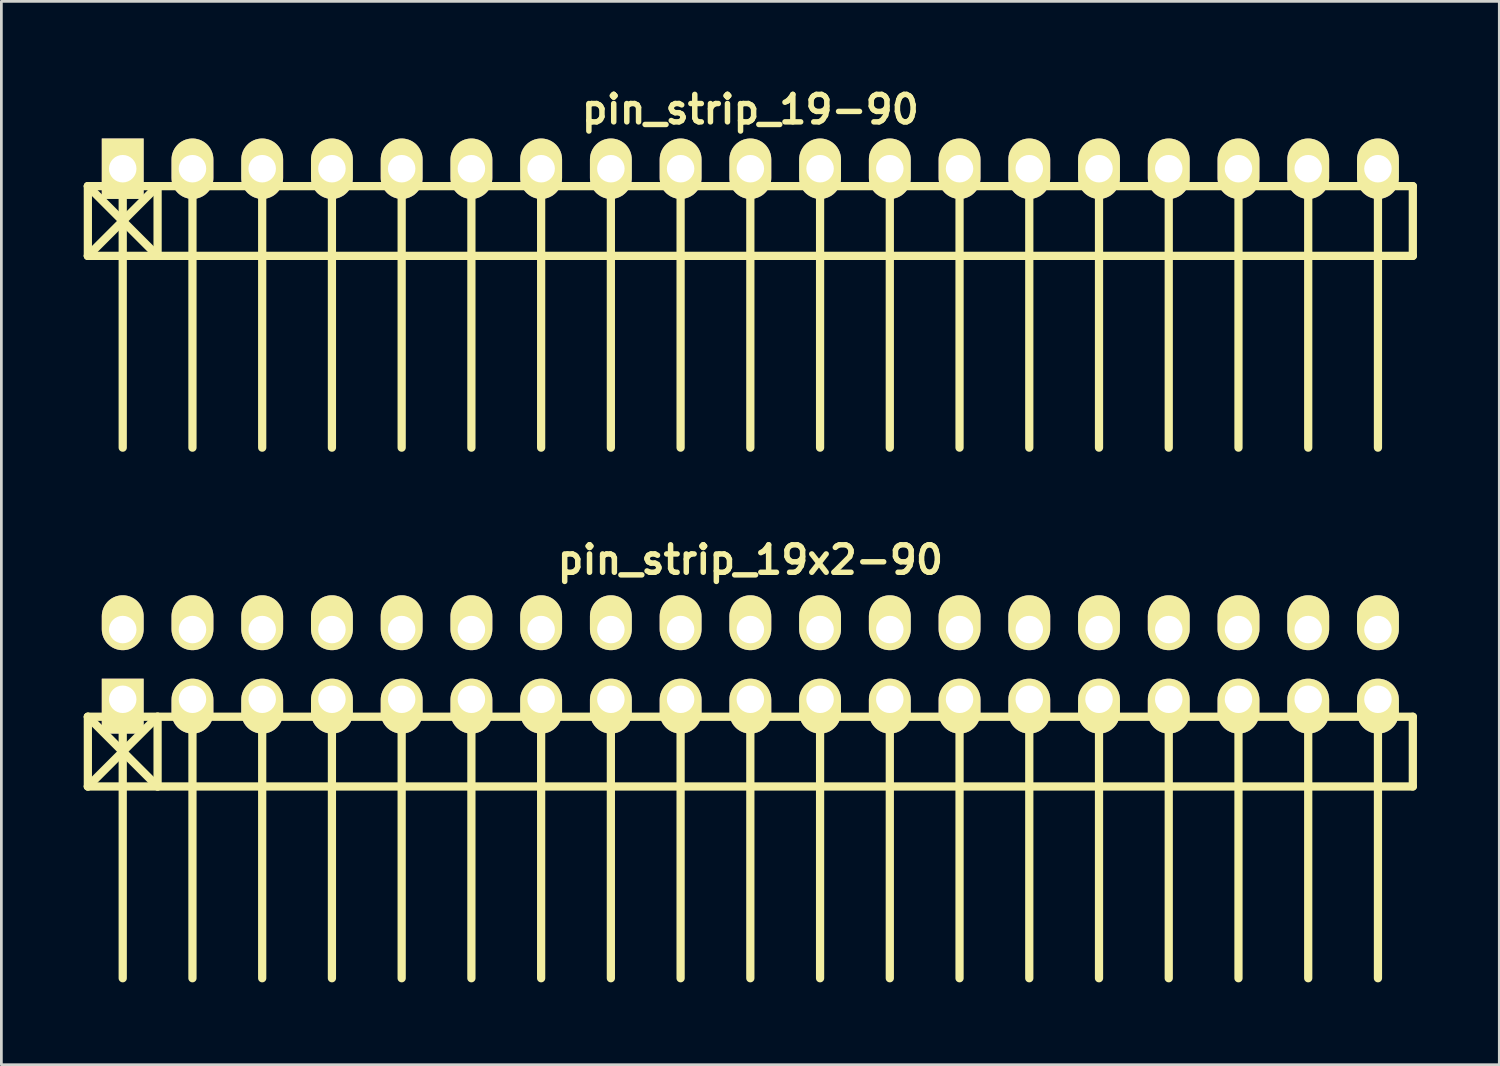
<source format=kicad_pcb>
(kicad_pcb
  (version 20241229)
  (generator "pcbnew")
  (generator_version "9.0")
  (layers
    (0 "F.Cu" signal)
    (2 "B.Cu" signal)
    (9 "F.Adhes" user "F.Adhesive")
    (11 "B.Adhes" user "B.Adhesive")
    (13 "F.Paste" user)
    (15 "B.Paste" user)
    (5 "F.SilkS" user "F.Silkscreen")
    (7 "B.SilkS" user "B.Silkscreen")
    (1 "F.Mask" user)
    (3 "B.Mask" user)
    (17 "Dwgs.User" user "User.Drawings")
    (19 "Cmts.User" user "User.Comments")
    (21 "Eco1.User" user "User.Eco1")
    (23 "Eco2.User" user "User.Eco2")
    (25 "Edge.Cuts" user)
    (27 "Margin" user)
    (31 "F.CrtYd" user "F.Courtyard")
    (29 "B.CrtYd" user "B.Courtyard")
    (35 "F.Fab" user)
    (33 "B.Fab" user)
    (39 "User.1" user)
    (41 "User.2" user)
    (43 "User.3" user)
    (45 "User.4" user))
  (footprint "pin_strip_19-90"
    (layer "F.Cu")
    (at 24.28 3.095)
    (property "Reference" "pin_strip_19-90" (at 0 -2.159 0) (layer "F.SilkS") (effects (font (size 1 1) (thickness 0.2))))
    (attr through_hole)
    (fp_line (start -24.13 0.635) (end 24.13 0.635) (stroke (width 0.3) (type solid)) (layer "F.SilkS"))
    (fp_line (start -24.13 3.175) (end -24.13 0.635) (stroke (width 0.3) (type solid)) (layer "F.SilkS"))
    (fp_line (start -24.13 3.175) (end -21.59 0.635) (stroke (width 0.3) (type solid)) (layer "F.SilkS"))
    (fp_line (start -22.86 0) (end -22.86 10.16) (stroke (width 0.3) (type solid)) (layer "F.SilkS"))
    (fp_line (start -21.59 0.635) (end -21.59 3.175) (stroke (width 0.3) (type solid)) (layer "F.SilkS"))
    (fp_line (start -21.59 3.175) (end -24.13 0.635) (stroke (width 0.3) (type solid)) (layer "F.SilkS"))
    (fp_line (start -20.32 0) (end -20.32 10.16) (stroke (width 0.3) (type solid)) (layer "F.SilkS"))
    (fp_line (start -17.78 10.16) (end -17.78 0) (stroke (width 0.3) (type solid)) (layer "F.SilkS"))
    (fp_line (start -15.24 0) (end -15.24 10.16) (stroke (width 0.3) (type solid)) (layer "F.SilkS"))
    (fp_line (start -12.7 0) (end -12.7 10.16) (stroke (width 0.3) (type solid)) (layer "F.SilkS"))
    (fp_line (start -10.16 0) (end -10.16 10.16) (stroke (width 0.3) (type solid)) (layer "F.SilkS"))
    (fp_line (start -7.62 0) (end -7.62 10.16) (stroke (width 0.3) (type solid)) (layer "F.SilkS"))
    (fp_line (start -5.08 0) (end -5.08 10.16) (stroke (width 0.3) (type solid)) (layer "F.SilkS"))
    (fp_line (start -2.54 0) (end -2.54 10.16) (stroke (width 0.3) (type solid)) (layer "F.SilkS"))
    (fp_line (start 0 0) (end 0 10.16) (stroke (width 0.3) (type solid)) (layer "F.SilkS"))
    (fp_line (start 2.54 0) (end 2.54 10.16) (stroke (width 0.3) (type solid)) (layer "F.SilkS"))
    (fp_line (start 5.08 0) (end 5.08 10.16) (stroke (width 0.3) (type solid)) (layer "F.SilkS"))
    (fp_line (start 7.62 10.16) (end 7.62 0) (stroke (width 0.3) (type solid)) (layer "F.SilkS"))
    (fp_line (start 10.16 0) (end 10.16 10.16) (stroke (width 0.3) (type solid)) (layer "F.SilkS"))
    (fp_line (start 12.7 0) (end 12.7 10.16) (stroke (width 0.3) (type solid)) (layer "F.SilkS"))
    (fp_line (start 15.24 0) (end 15.24 10.16) (stroke (width 0.3) (type solid)) (layer "F.SilkS"))
    (fp_line (start 17.78 0) (end 17.78 10.16) (stroke (width 0.3) (type solid)) (layer "F.SilkS"))
    (fp_line (start 20.32 0) (end 20.32 10.16) (stroke (width 0.3) (type solid)) (layer "F.SilkS"))
    (fp_line (start 22.86 0) (end 22.86 10.16) (stroke (width 0.3) (type solid)) (layer "F.SilkS"))
    (fp_line (start 24.13 0.635) (end 24.13 3.175) (stroke (width 0.3) (type solid)) (layer "F.SilkS"))
    (fp_line (start 24.13 3.175) (end -24.13 3.175) (stroke (width 0.3) (type solid)) (layer "F.SilkS"))
    (pad "1" thru_hole rect (at -22.86 0) (size 1.524 2.2) (drill 1.001) (layers "*.Cu" "*.Mask" "F.SilkS"))
    (pad "2" thru_hole oval (at -20.32 0) (size 1.524 2.2) (drill 1.001) (layers "*.Cu" "*.Mask" "F.SilkS"))
    (pad "3" thru_hole oval (at -17.78 0) (size 1.524 2.2) (drill 1.001) (layers "*.Cu" "*.Mask" "F.SilkS"))
    (pad "4" thru_hole oval (at -15.24 0) (size 1.524 2.2) (drill 1.001) (layers "*.Cu" "*.Mask" "F.SilkS"))
    (pad "5" thru_hole oval (at -12.7 0) (size 1.524 2.2) (drill 1.001) (layers "*.Cu" "*.Mask" "F.SilkS"))
    (pad "6" thru_hole oval (at -10.16 0) (size 1.524 2.2) (drill 1.001) (layers "*.Cu" "*.Mask" "F.SilkS"))
    (pad "7" thru_hole oval (at -7.62 0) (size 1.524 2.2) (drill 1.001) (layers "*.Cu" "*.Mask" "F.SilkS"))
    (pad "8" thru_hole oval (at -5.08 0) (size 1.524 2.2) (drill 1.001) (layers "*.Cu" "*.Mask" "F.SilkS"))
    (pad "9" thru_hole oval (at -2.54 0) (size 1.524 2.2) (drill 1.001) (layers "*.Cu" "*.Mask" "F.SilkS"))
    (pad "10" thru_hole oval (at 0 0) (size 1.524 2.2) (drill 1.001) (layers "*.Cu" "*.Mask" "F.SilkS"))
    (pad "11" thru_hole oval (at 2.54 0) (size 1.524 2.2) (drill 1.001) (layers "*.Cu" "*.Mask" "F.SilkS"))
    (pad "12" thru_hole oval (at 5.08 0) (size 1.524 2.2) (drill 1.001) (layers "*.Cu" "*.Mask" "F.SilkS"))
    (pad "13" thru_hole oval (at 7.62 0) (size 1.524 2.2) (drill 1.001) (layers "*.Cu" "*.Mask" "F.SilkS"))
    (pad "14" thru_hole oval (at 10.16 0) (size 1.524 2.2) (drill 1.001) (layers "*.Cu" "*.Mask" "F.SilkS"))
    (pad "15" thru_hole oval (at 12.7 0) (size 1.524 2.2) (drill 1.001) (layers "*.Cu" "*.Mask" "F.SilkS"))
    (pad "16" thru_hole oval (at 15.24 0) (size 1.524 2.2) (drill 1.001) (layers "*.Cu" "*.Mask" "F.SilkS"))
    (pad "17" thru_hole oval (at 17.78 0) (size 1.524 2.2) (drill 1.001) (layers "*.Cu" "*.Mask" "F.SilkS"))
    (pad "18" thru_hole oval (at 20.32 0) (size 1.524 2.2) (drill 1.001) (layers "*.Cu" "*.Mask" "F.SilkS"))
    (pad "19" thru_hole oval (at 22.86 0) (size 1.524 2.2) (drill 1.001) (layers "*.Cu" "*.Mask" "F.SilkS")))
  (footprint "pin_strip_19x2-90"
    (layer "F.Cu")
    (at 24.28 21.151)
    (property "Reference" "pin_strip_19x2-90" (at 0 -3.81 0) (layer "F.SilkS") (effects (font (size 1 1) (thickness 0.2))))
    (attr through_hole)
    (fp_line (start -24.13 1.905) (end -21.59 4.445) (stroke (width 0.3) (type solid)) (layer "F.SilkS"))
    (fp_line (start -24.13 4.445) (end -24.13 1.905) (stroke (width 0.3) (type solid)) (layer "F.SilkS"))
    (fp_line (start -24.13 4.445) (end 24.13 4.445) (stroke (width 0.3) (type solid)) (layer "F.SilkS"))
    (fp_line (start -22.86 1.27) (end -22.86 11.43) (stroke (width 0.3) (type solid)) (layer "F.SilkS"))
    (fp_line (start -21.59 1.905) (end -24.13 4.445) (stroke (width 0.3) (type solid)) (layer "F.SilkS"))
    (fp_line (start -21.59 4.445) (end -21.59 1.905) (stroke (width 0.3) (type solid)) (layer "F.SilkS"))
    (fp_line (start -20.32 1.27) (end -20.32 11.43) (stroke (width 0.3) (type solid)) (layer "F.SilkS"))
    (fp_line (start -17.78 11.43) (end -17.78 1.27) (stroke (width 0.3) (type solid)) (layer "F.SilkS"))
    (fp_line (start -15.24 1.27) (end -15.24 11.43) (stroke (width 0.3) (type solid)) (layer "F.SilkS"))
    (fp_line (start -12.7 1.27) (end -12.7 11.43) (stroke (width 0.3) (type solid)) (layer "F.SilkS"))
    (fp_line (start -10.16 1.27) (end -10.16 11.43) (stroke (width 0.3) (type solid)) (layer "F.SilkS"))
    (fp_line (start -7.62 1.27) (end -7.62 11.43) (stroke (width 0.3) (type solid)) (layer "F.SilkS"))
    (fp_line (start -5.08 1.27) (end -5.08 11.43) (stroke (width 0.3) (type solid)) (layer "F.SilkS"))
    (fp_line (start -2.54 1.27) (end -2.54 11.43) (stroke (width 0.3) (type solid)) (layer "F.SilkS"))
    (fp_line (start 0 1.27) (end 0 11.43) (stroke (width 0.3) (type solid)) (layer "F.SilkS"))
    (fp_line (start 2.54 1.27) (end 2.54 11.43) (stroke (width 0.3) (type solid)) (layer "F.SilkS"))
    (fp_line (start 5.08 1.27) (end 5.08 11.43) (stroke (width 0.3) (type solid)) (layer "F.SilkS"))
    (fp_line (start 7.62 11.43) (end 7.62 1.27) (stroke (width 0.3) (type solid)) (layer "F.SilkS"))
    (fp_line (start 10.16 1.27) (end 10.16 11.43) (stroke (width 0.3) (type solid)) (layer "F.SilkS"))
    (fp_line (start 12.7 1.27) (end 12.7 11.43) (stroke (width 0.3) (type solid)) (layer "F.SilkS"))
    (fp_line (start 15.24 1.27) (end 15.24 11.43) (stroke (width 0.3) (type solid)) (layer "F.SilkS"))
    (fp_line (start 17.78 1.27) (end 17.78 11.43) (stroke (width 0.3) (type solid)) (layer "F.SilkS"))
    (fp_line (start 20.32 1.27) (end 20.32 11.43) (stroke (width 0.3) (type solid)) (layer "F.SilkS"))
    (fp_line (start 22.86 1.27) (end 22.86 11.43) (stroke (width 0.3) (type solid)) (layer "F.SilkS"))
    (fp_line (start 24.13 1.905) (end -24.13 1.905) (stroke (width 0.3) (type solid)) (layer "F.SilkS"))
    (fp_line (start 24.13 1.905) (end 24.13 4.445) (stroke (width 0.3) (type solid)) (layer "F.SilkS"))
    (pad "1" thru_hole rect (at -22.86 1.27) (size 1.524 1.999) (drill 1.001 (offset 0 0.249)) (layers "*.Cu" "*.Mask" "F.SilkS"))
    (pad "2" thru_hole oval (at -22.86 -1.27) (size 1.524 1.999) (drill 1.001 (offset 0 -0.249)) (layers "*.Cu" "*.Mask" "F.SilkS"))
    (pad "3" thru_hole oval (at -20.32 1.27) (size 1.524 1.999) (drill 1.001 (offset 0 0.249)) (layers "*.Cu" "*.Mask" "F.SilkS"))
    (pad "4" thru_hole oval (at -20.32 -1.27) (size 1.524 1.999) (drill 1.001 (offset 0 -0.249)) (layers "*.Cu" "*.Mask" "F.SilkS"))
    (pad "5" thru_hole oval (at -17.78 1.27) (size 1.524 1.999) (drill 1.001 (offset 0 0.249)) (layers "*.Cu" "*.Mask" "F.SilkS"))
    (pad "6" thru_hole oval (at -17.78 -1.27) (size 1.524 1.999) (drill 1.001 (offset 0 -0.249)) (layers "*.Cu" "*.Mask" "F.SilkS"))
    (pad "7" thru_hole oval (at -15.24 1.27) (size 1.524 1.999) (drill 1.001 (offset 0 0.249)) (layers "*.Cu" "*.Mask" "F.SilkS"))
    (pad "8" thru_hole oval (at -15.24 -1.27) (size 1.524 1.999) (drill 1.001 (offset 0 -0.249)) (layers "*.Cu" "*.Mask" "F.SilkS"))
    (pad "9" thru_hole oval (at -12.7 1.27) (size 1.524 1.999) (drill 1.001 (offset 0 0.249)) (layers "*.Cu" "*.Mask" "F.SilkS"))
    (pad "10" thru_hole oval (at -12.7 -1.27) (size 1.524 1.999) (drill 1.001 (offset 0 -0.249)) (layers "*.Cu" "*.Mask" "F.SilkS"))
    (pad "11" thru_hole oval (at -10.16 1.27) (size 1.524 1.999) (drill 1.001 (offset 0 0.249)) (layers "*.Cu" "*.Mask" "F.SilkS"))
    (pad "12" thru_hole oval (at -10.16 -1.27) (size 1.524 1.999) (drill 1.001 (offset 0 -0.249)) (layers "*.Cu" "*.Mask" "F.SilkS"))
    (pad "13" thru_hole oval (at -7.62 1.27) (size 1.524 1.999) (drill 1.001 (offset 0 0.249)) (layers "*.Cu" "*.Mask" "F.SilkS"))
    (pad "14" thru_hole oval (at -7.62 -1.27) (size 1.524 1.999) (drill 1.001 (offset 0 -0.249)) (layers "*.Cu" "*.Mask" "F.SilkS"))
    (pad "15" thru_hole oval (at -5.08 1.27) (size 1.524 1.999) (drill 1.001 (offset 0 0.249)) (layers "*.Cu" "*.Mask" "F.SilkS"))
    (pad "16" thru_hole oval (at -5.08 -1.27) (size 1.524 1.999) (drill 1.001 (offset 0 -0.249)) (layers "*.Cu" "*.Mask" "F.SilkS"))
    (pad "17" thru_hole oval (at -2.54 1.27) (size 1.524 1.999) (drill 1.001 (offset 0 0.249)) (layers "*.Cu" "*.Mask" "F.SilkS"))
    (pad "18" thru_hole oval (at -2.54 -1.27) (size 1.524 1.999) (drill 1.001 (offset 0 -0.249)) (layers "*.Cu" "*.Mask" "F.SilkS"))
    (pad "19" thru_hole oval (at 0 1.27) (size 1.524 1.999) (drill 1.001 (offset 0 0.249)) (layers "*.Cu" "*.Mask" "F.SilkS"))
    (pad "20" thru_hole oval (at 0 -1.27) (size 1.524 1.999) (drill 1.001 (offset 0 -0.249)) (layers "*.Cu" "*.Mask" "F.SilkS"))
    (pad "21" thru_hole oval (at 2.54 1.27) (size 1.524 1.999) (drill 1.001 (offset 0 0.249)) (layers "*.Cu" "*.Mask" "F.SilkS"))
    (pad "22" thru_hole oval (at 2.54 -1.27) (size 1.524 1.999) (drill 1.001 (offset 0 -0.249)) (layers "*.Cu" "*.Mask" "F.SilkS"))
    (pad "23" thru_hole oval (at 5.08 1.27) (size 1.524 1.999) (drill 1.001 (offset 0 0.249)) (layers "*.Cu" "*.Mask" "F.SilkS"))
    (pad "24" thru_hole oval (at 5.08 -1.27) (size 1.524 1.999) (drill 1.001 (offset 0 -0.249)) (layers "*.Cu" "*.Mask" "F.SilkS"))
    (pad "25" thru_hole oval (at 7.62 1.27) (size 1.524 1.999) (drill 1.001 (offset 0 0.249)) (layers "*.Cu" "*.Mask" "F.SilkS"))
    (pad "26" thru_hole oval (at 7.62 -1.27) (size 1.524 1.999) (drill 1.001 (offset 0 -0.249)) (layers "*.Cu" "*.Mask" "F.SilkS"))
    (pad "27" thru_hole oval (at 10.16 1.27) (size 1.524 1.999) (drill 1.001 (offset 0 0.249)) (layers "*.Cu" "*.Mask" "F.SilkS"))
    (pad "28" thru_hole oval (at 10.16 -1.27) (size 1.524 1.999) (drill 1.001 (offset 0 -0.249)) (layers "*.Cu" "*.Mask" "F.SilkS"))
    (pad "29" thru_hole oval (at 12.7 1.27) (size 1.524 1.999) (drill 1.001 (offset 0 0.249)) (layers "*.Cu" "*.Mask" "F.SilkS"))
    (pad "30" thru_hole oval (at 12.7 -1.27) (size 1.524 1.999) (drill 1.001 (offset 0 -0.249)) (layers "*.Cu" "*.Mask" "F.SilkS"))
    (pad "31" thru_hole oval (at 15.24 1.27) (size 1.524 1.999) (drill 1.001 (offset 0 0.249)) (layers "*.Cu" "*.Mask" "F.SilkS"))
    (pad "32" thru_hole oval (at 15.24 -1.27) (size 1.524 1.999) (drill 1.001 (offset 0 -0.249)) (layers "*.Cu" "*.Mask" "F.SilkS"))
    (pad "33" thru_hole oval (at 17.78 1.27) (size 1.524 1.999) (drill 1.001 (offset 0 0.249)) (layers "*.Cu" "*.Mask" "F.SilkS"))
    (pad "34" thru_hole oval (at 17.78 -1.27) (size 1.524 1.999) (drill 1.001 (offset 0 -0.249)) (layers "*.Cu" "*.Mask" "F.SilkS"))
    (pad "35" thru_hole oval (at 20.32 1.27) (size 1.524 1.999) (drill 1.001 (offset 0 0.249)) (layers "*.Cu" "*.Mask" "F.SilkS"))
    (pad "36" thru_hole oval (at 20.32 -1.27) (size 1.524 1.999) (drill 1.001 (offset 0 -0.249)) (layers "*.Cu" "*.Mask" "F.SilkS"))
    (pad "37" thru_hole oval (at 22.86 1.27) (size 1.524 1.999) (drill 1.001 (offset 0 0.249)) (layers "*.Cu" "*.Mask" "F.SilkS"))
    (pad "38" thru_hole oval (at 22.86 -1.27) (size 1.524 1.999) (drill 1.001 (offset 0 -0.249)) (layers "*.Cu" "*.Mask" "F.SilkS")))
  (gr_rect
    (start -3 -3)
    (end 51.56 35.731)
    (stroke (width 0.1) (type default))
    (fill no)
    (layer "Edge.Cuts")))
</source>
